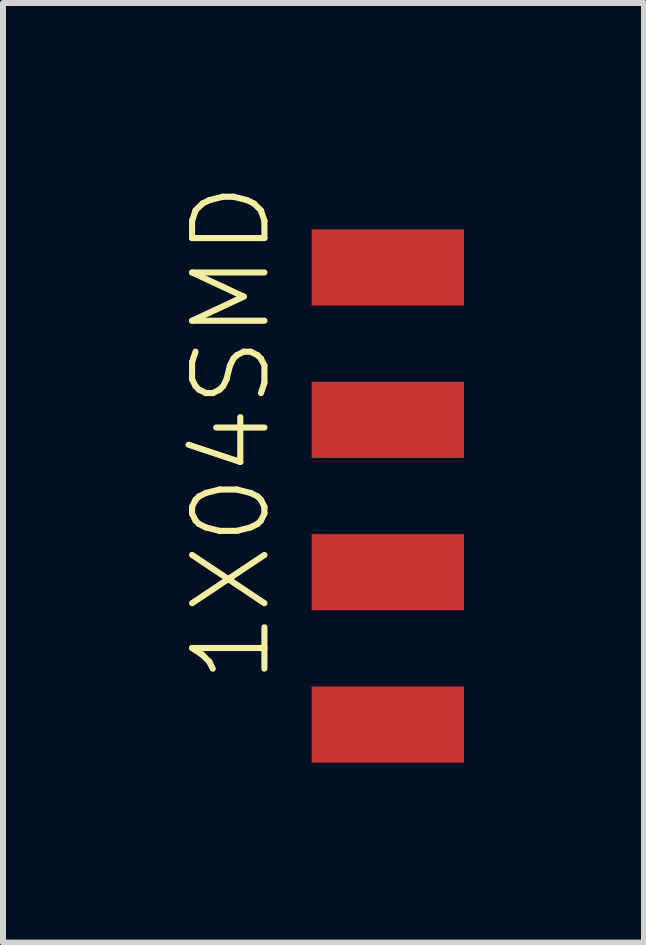
<source format=kicad_pcb>
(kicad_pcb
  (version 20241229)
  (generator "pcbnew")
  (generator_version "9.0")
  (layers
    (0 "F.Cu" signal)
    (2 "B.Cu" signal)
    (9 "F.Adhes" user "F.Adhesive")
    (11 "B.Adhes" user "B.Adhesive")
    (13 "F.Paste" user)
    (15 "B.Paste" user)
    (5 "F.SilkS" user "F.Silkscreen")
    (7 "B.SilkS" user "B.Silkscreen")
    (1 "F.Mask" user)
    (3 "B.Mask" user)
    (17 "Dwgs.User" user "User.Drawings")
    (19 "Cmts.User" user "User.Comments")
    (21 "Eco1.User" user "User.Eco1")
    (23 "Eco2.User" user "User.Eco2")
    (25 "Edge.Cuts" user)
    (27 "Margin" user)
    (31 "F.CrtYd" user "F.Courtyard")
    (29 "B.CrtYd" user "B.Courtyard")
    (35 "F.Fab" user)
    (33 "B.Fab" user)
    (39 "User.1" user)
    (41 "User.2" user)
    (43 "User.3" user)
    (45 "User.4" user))
  (footprint "1X04SMD"
    (layer "F.Cu")
    (at 3.416 5.219)
    (property "Reference" "1X04SMD" (at -1.905 3.175 90) (layer "F.SilkS") (effects (font (size 1.206 1.206) (thickness 0.102)) (justify left bottom)))
    (attr through_hole)
    (pad "1" smd rect (at 0 -3.81) (size 2.54 1.27) (layers "F.Cu" "F.Mask" "F.Paste"))
    (pad "2" smd rect (at 0 -1.27) (size 2.54 1.27) (layers "F.Cu" "F.Mask" "F.Paste"))
    (pad "3" smd rect (at 0 1.27) (size 2.54 1.27) (layers "F.Cu" "F.Mask" "F.Paste"))
    (pad "4" smd rect (at 0 3.81) (size 2.54 1.27) (layers "F.Cu" "F.Mask" "F.Paste")))
  (gr_rect
    (start -3 -3)
    (end 7.686 12.664)
    (stroke (width 0.1) (type default))
    (fill no)
    (layer "Edge.Cuts")))
</source>
